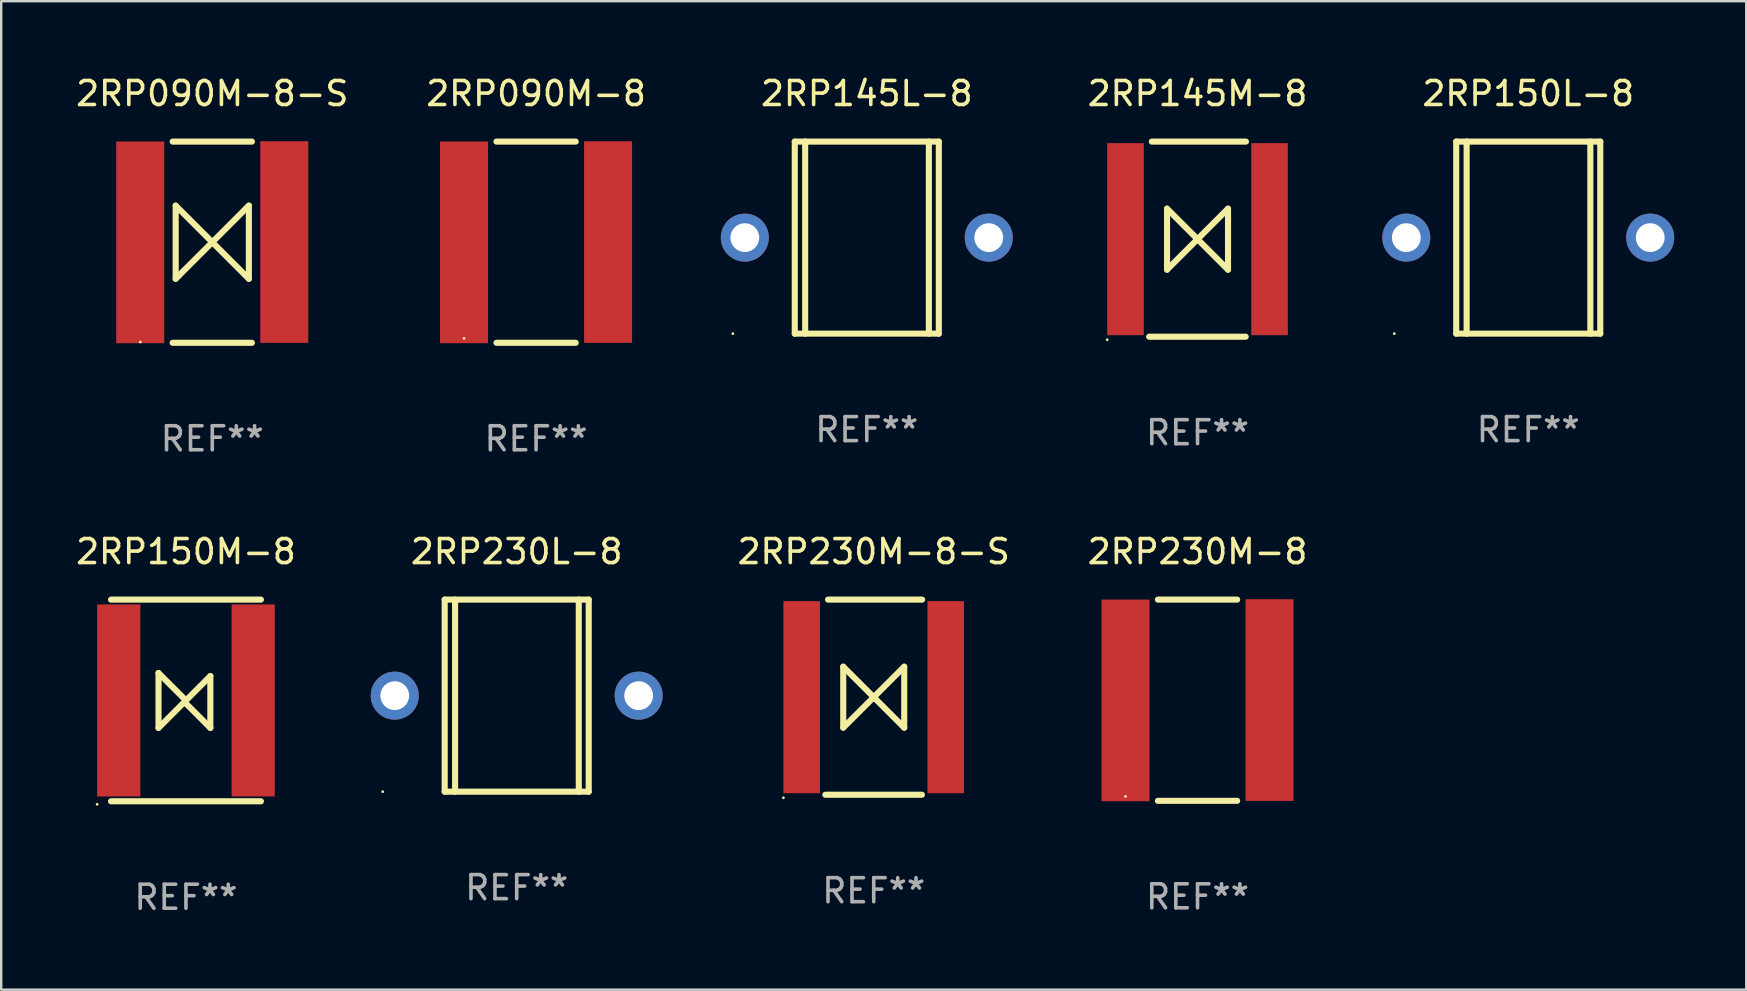
<source format=kicad_pcb>
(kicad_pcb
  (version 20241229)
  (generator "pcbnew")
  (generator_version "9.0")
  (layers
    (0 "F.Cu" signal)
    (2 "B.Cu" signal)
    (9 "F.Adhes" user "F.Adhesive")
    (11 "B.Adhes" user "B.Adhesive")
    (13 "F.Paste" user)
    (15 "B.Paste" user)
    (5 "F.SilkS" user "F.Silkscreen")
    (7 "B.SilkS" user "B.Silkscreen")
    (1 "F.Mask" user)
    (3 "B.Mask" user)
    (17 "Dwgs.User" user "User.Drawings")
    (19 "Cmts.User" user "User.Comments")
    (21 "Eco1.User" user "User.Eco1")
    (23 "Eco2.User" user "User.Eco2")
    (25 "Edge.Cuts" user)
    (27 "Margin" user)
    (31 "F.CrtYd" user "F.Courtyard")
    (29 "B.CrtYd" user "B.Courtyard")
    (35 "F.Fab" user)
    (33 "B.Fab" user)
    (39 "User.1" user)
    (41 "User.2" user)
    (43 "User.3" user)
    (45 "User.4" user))
  (footprint "2RP230M-8"
    (layer "F.Cu")
    (at 46.833 26.118)
    (property "Reference" "2RP230M-8" (at 0 -6.191 0) (layer "F.SilkS") (effects (font (size 1 1) (thickness 0.15))))
    (attr through_hole)
    (fp_line (start -1.651 -4.191) (end 1.651 -4.191) (stroke (width 0.254) (type solid)) (layer "F.SilkS"))
    (fp_line (start 1.651 4.191) (end -1.651 4.191) (stroke (width 0.254) (type solid)) (layer "F.SilkS"))
    (fp_circle (center -3 4.007) (end -2.97 4.007) (stroke (width 0.06) (type solid)) (fill no) (layer "F.SilkS"))
    (fp_text user "REF**" (at 0 8.191 0) (layer "F.Fab") (effects (font (size 1 1) (thickness 0.15))))
    (pad "1" smd rect (at -3 0.007) (size 2 8.4) (layers "F.Cu" "F.Mask" "F.Paste"))
    (pad "2" smd rect (at 3 -0.007) (size 2 8.4) (layers "F.Cu" "F.Mask" "F.Paste")))
  (footprint "2RP090M-8-S"
    (layer "F.Cu")
    (at 5.792 7.039)
    (property "Reference" "2RP090M-8-S" (at 0 -6.191 0) (layer "F.SilkS") (effects (font (size 1 1) (thickness 0.15))))
    (attr through_hole)
    (fp_line (start -1.651 -4.191) (end 1.651 -4.191) (stroke (width 0.254) (type solid)) (layer "F.SilkS"))
    (fp_line (start -1.524 -1.524) (end -1.524 1.524) (stroke (width 0.254) (type solid)) (layer "F.SilkS"))
    (fp_line (start -1.524 1.524) (end -1.397 1.397) (stroke (width 0.254) (type solid)) (layer "F.SilkS"))
    (fp_line (start -1.397 1.397) (end 0 0) (stroke (width 0.254) (type solid)) (layer "F.SilkS"))
    (fp_line (start 0 0) (end -1.524 -1.524) (stroke (width 0.254) (type solid)) (layer "F.SilkS"))
    (fp_line (start 0 0) (end 1.524 1.524) (stroke (width 0.254) (type solid)) (layer "F.SilkS"))
    (fp_line (start 1.397 -1.397) (end 0 0) (stroke (width 0.254) (type solid)) (layer "F.SilkS"))
    (fp_line (start 1.524 -1.524) (end 1.397 -1.397) (stroke (width 0.254) (type solid)) (layer "F.SilkS"))
    (fp_line (start 1.524 1.524) (end 1.524 -1.524) (stroke (width 0.254) (type solid)) (layer "F.SilkS"))
    (fp_line (start 1.651 4.191) (end -1.651 4.191) (stroke (width 0.254) (type solid)) (layer "F.SilkS"))
    (fp_circle (center -3 4.157) (end -2.97 4.157) (stroke (width 0.06) (type solid)) (fill no) (layer "F.SilkS"))
    (fp_text user "REF**" (at 0 8.191 0) (layer "F.Fab") (effects (font (size 1 1) (thickness 0.15))))
    (pad "1" smd rect (at -3 0.007) (size 2 8.4) (layers "F.Cu" "F.Mask" "F.Paste"))
    (pad "2" smd rect (at 3 -0.007) (size 2 8.4) (layers "F.Cu" "F.Mask" "F.Paste")))
  (footprint "2RP145M-8"
    (layer "F.Cu")
    (at 46.833 6.912)
    (property "Reference" "2RP145M-8" (at 0 -6.064 0) (layer "F.SilkS") (effects (font (size 1 1) (thickness 0.15))))
    (attr through_hole)
    (fp_line (start -2.016 4.064) (end 2.007 4.064) (stroke (width 0.254) (type solid)) (layer "F.SilkS"))
    (fp_line (start -1.905 -4.064) (end 2.016 -4.064) (stroke (width 0.254) (type solid)) (layer "F.SilkS"))
    (fp_line (start -1.27 -1.27) (end -1.27 1.27) (stroke (width 0.254) (type solid)) (layer "F.SilkS"))
    (fp_line (start -1.27 -1.27) (end 1.27 1.27) (stroke (width 0.254) (type solid)) (layer "F.SilkS"))
    (fp_line (start -1.27 1.27) (end 1.27 -1.27) (stroke (width 0.254) (type solid)) (layer "F.SilkS"))
    (fp_line (start 1.27 1.27) (end 1.27 -1.27) (stroke (width 0.254) (type solid)) (layer "F.SilkS"))
    (fp_circle (center -3.762 4.191) (end -3.732 4.191) (stroke (width 0.06) (type solid)) (fill no) (layer "F.SilkS"))
    (fp_text user "REF**" (at 0 8.064 0) (layer "F.Fab") (effects (font (size 1 1) (thickness 0.15))))
    (pad "1" smd rect (at -3 0) (size 1.524 8) (layers "F.Cu" "F.Mask" "F.Paste"))
    (pad "2" smd rect (at 3 0) (size 1.524 8) (layers "F.Cu" "F.Mask" "F.Paste")))
  (footprint "2RP230L-8"
    (layer "F.Cu")
    (at 18.473 25.927)
    (property "Reference" "2RP230L-8" (at 0 -6 0) (layer "F.SilkS") (effects (font (size 1 1) (thickness 0.15))))
    (attr through_hole)
    (fp_line (start -3 -4) (end -3 4) (stroke (width 0.254) (type solid)) (layer "F.SilkS"))
    (fp_line (start -3 -4) (end 3 -4) (stroke (width 0.254) (type solid)) (layer "F.SilkS"))
    (fp_line (start -3 4) (end 3 4) (stroke (width 0.254) (type solid)) (layer "F.SilkS"))
    (fp_line (start -2.567 -4) (end -2.567 4) (stroke (width 0.254) (type solid)) (layer "F.SilkS"))
    (fp_line (start 2.586 -4) (end 2.586 4) (stroke (width 0.254) (type solid)) (layer "F.SilkS"))
    (fp_line (start 3 -4) (end 3 4) (stroke (width 0.254) (type solid)) (layer "F.SilkS"))
    (fp_circle (center -5.58 4) (end -5.55 4) (stroke (width 0.06) (type solid)) (fill no) (layer "F.SilkS"))
    (fp_text user "REF**" (at 0 8 0) (layer "F.Fab") (effects (font (size 1 1) (thickness 0.15))))
    (pad "1" thru_hole circle (at -5.08 0) (size 2 2) (drill 1.2) (layers "*.Cu" "*.Mask"))
    (pad "2" thru_hole circle (at 5.08 0) (size 2 2) (drill 1.2) (layers "*.Cu" "*.Mask")))
  (footprint "2RP145L-8"
    (layer "F.Cu")
    (at 33.056 6.848)
    (property "Reference" "2RP145L-8" (at 0 -6 0) (layer "F.SilkS") (effects (font (size 1 1) (thickness 0.15))))
    (attr through_hole)
    (fp_line (start -3 -4) (end -3 4) (stroke (width 0.254) (type solid)) (layer "F.SilkS"))
    (fp_line (start -3 -4) (end 3 -4) (stroke (width 0.254) (type solid)) (layer "F.SilkS"))
    (fp_line (start -3 4) (end 3 4) (stroke (width 0.254) (type solid)) (layer "F.SilkS"))
    (fp_line (start -2.567 -4) (end -2.567 4) (stroke (width 0.254) (type solid)) (layer "F.SilkS"))
    (fp_line (start 2.586 -4) (end 2.586 4) (stroke (width 0.254) (type solid)) (layer "F.SilkS"))
    (fp_line (start 3 -4) (end 3 4) (stroke (width 0.254) (type solid)) (layer "F.SilkS"))
    (fp_circle (center -5.58 4) (end -5.55 4) (stroke (width 0.06) (type solid)) (fill no) (layer "F.SilkS"))
    (fp_text user "REF**" (at 0 8 0) (layer "F.Fab") (effects (font (size 1 1) (thickness 0.15))))
    (pad "1" thru_hole circle (at -5.08 0) (size 2 2) (drill 1.2) (layers "*.Cu" "*.Mask"))
    (pad "2" thru_hole circle (at 5.08 0) (size 2 2) (drill 1.2) (layers "*.Cu" "*.Mask")))
  (footprint "2RP090M-8"
    (layer "F.Cu")
    (at 19.28 7.039)
    (property "Reference" "2RP090M-8" (at 0 -6.191 0) (layer "F.SilkS") (effects (font (size 1 1) (thickness 0.15))))
    (attr through_hole)
    (fp_line (start -1.651 -4.191) (end 1.651 -4.191) (stroke (width 0.254) (type solid)) (layer "F.SilkS"))
    (fp_line (start 1.651 4.191) (end -1.651 4.191) (stroke (width 0.254) (type solid)) (layer "F.SilkS"))
    (fp_circle (center -3 4.007) (end -2.97 4.007) (stroke (width 0.06) (type solid)) (fill no) (layer "F.SilkS"))
    (fp_text user "REF**" (at 0 8.191 0) (layer "F.Fab") (effects (font (size 1 1) (thickness 0.15))))
    (pad "1" smd rect (at -3 0.007) (size 2 8.4) (layers "F.Cu" "F.Mask" "F.Paste"))
    (pad "2" smd rect (at 3 -0.007) (size 2 8.4) (layers "F.Cu" "F.Mask" "F.Paste")))
  (footprint "2RP150M-8"
    (layer "F.Cu")
    (at 4.696 26.127)
    (property "Reference" "2RP150M-8" (at 0 -6.2 0) (layer "F.SilkS") (effects (font (size 1 1) (thickness 0.15))))
    (attr through_hole)
    (fp_line (start -3.122 -4.2) (end 3.122 -4.2) (stroke (width 0.254) (type solid)) (layer "F.SilkS"))
    (fp_line (start -3.122 4.2) (end 3.122 4.2) (stroke (width 0.254) (type solid)) (layer "F.SilkS"))
    (fp_line (start -1.143 1.143) (end -1.143 -1.143) (stroke (width 0.254) (type solid)) (layer "F.SilkS"))
    (fp_line (start 0 0) (end -1.143 -1.143) (stroke (width 0.254) (type solid)) (layer "F.SilkS"))
    (fp_line (start 0 0) (end -1.143 1.143) (stroke (width 0.254) (type solid)) (layer "F.SilkS"))
    (fp_line (start 0 0) (end 0 0.127) (stroke (width 0.254) (type solid)) (layer "F.SilkS"))
    (fp_line (start 0 0) (end 1.016 -1.016) (stroke (width 0.254) (type solid)) (layer "F.SilkS"))
    (fp_line (start 0 0.127) (end 1.016 1.143) (stroke (width 0.254) (type solid)) (layer "F.SilkS"))
    (fp_line (start 1.016 1.143) (end 1.016 -1.016) (stroke (width 0.254) (type solid)) (layer "F.SilkS"))
    (fp_circle (center -3.7 4.327) (end -3.67 4.327) (stroke (width 0.06) (type solid)) (fill no) (layer "F.SilkS"))
    (fp_text user "REF**" (at 0 8.2 0) (layer "F.Fab") (effects (font (size 1 1) (thickness 0.15))))
    (pad "1" smd rect (at -2.8 0) (size 1.8 8) (layers "F.Cu" "F.Mask" "F.Paste"))
    (pad "2" smd rect (at 2.8 0) (size 1.8 8) (layers "F.Cu" "F.Mask" "F.Paste")))
  (footprint "2RP150L-8"
    (layer "F.Cu")
    (at 60.609 6.848)
    (property "Reference" "2RP150L-8" (at 0 -6 0) (layer "F.SilkS") (effects (font (size 1 1) (thickness 0.15))))
    (attr through_hole)
    (fp_line (start -3 -4) (end -3 4) (stroke (width 0.254) (type solid)) (layer "F.SilkS"))
    (fp_line (start -3 -4) (end 3 -4) (stroke (width 0.254) (type solid)) (layer "F.SilkS"))
    (fp_line (start -3 4) (end 3 4) (stroke (width 0.254) (type solid)) (layer "F.SilkS"))
    (fp_line (start -2.567 -4) (end -2.567 4) (stroke (width 0.254) (type solid)) (layer "F.SilkS"))
    (fp_line (start 2.586 -4) (end 2.586 4) (stroke (width 0.254) (type solid)) (layer "F.SilkS"))
    (fp_line (start 3 -4) (end 3 4) (stroke (width 0.254) (type solid)) (layer "F.SilkS"))
    (fp_circle (center -5.58 4) (end -5.55 4) (stroke (width 0.06) (type solid)) (fill no) (layer "F.SilkS"))
    (fp_text user "REF**" (at 0 8 0) (layer "F.Fab") (effects (font (size 1 1) (thickness 0.15))))
    (pad "1" thru_hole circle (at -5.08 0) (size 2 2) (drill 1.2) (layers "*.Cu" "*.Mask"))
    (pad "2" thru_hole circle (at 5.08 0) (size 2 2) (drill 1.2) (layers "*.Cu" "*.Mask")))
  (footprint "2RP230M-8-S"
    (layer "F.Cu")
    (at 33.345 25.991)
    (property "Reference" "2RP230M-8-S" (at 0 -6.064 0) (layer "F.SilkS") (effects (font (size 1 1) (thickness 0.15))))
    (attr through_hole)
    (fp_line (start -2.016 4.064) (end 2.007 4.064) (stroke (width 0.254) (type solid)) (layer "F.SilkS"))
    (fp_line (start -1.905 -4.064) (end 2.016 -4.064) (stroke (width 0.254) (type solid)) (layer "F.SilkS"))
    (fp_line (start -1.27 -1.27) (end -1.27 1.27) (stroke (width 0.254) (type solid)) (layer "F.SilkS"))
    (fp_line (start -1.27 -1.27) (end 1.27 1.27) (stroke (width 0.254) (type solid)) (layer "F.SilkS"))
    (fp_line (start -1.27 1.27) (end 1.27 -1.27) (stroke (width 0.254) (type solid)) (layer "F.SilkS"))
    (fp_line (start 1.27 1.27) (end 1.27 -1.27) (stroke (width 0.254) (type solid)) (layer "F.SilkS"))
    (fp_circle (center -3.762 4.191) (end -3.732 4.191) (stroke (width 0.06) (type solid)) (fill no) (layer "F.SilkS"))
    (fp_text user "REF**" (at 0 8.064 0) (layer "F.Fab") (effects (font (size 1 1) (thickness 0.15))))
    (pad "1" smd rect (at -3 0) (size 1.524 8) (layers "F.Cu" "F.Mask" "F.Paste"))
    (pad "2" smd rect (at 3 0) (size 1.524 8) (layers "F.Cu" "F.Mask" "F.Paste")))
  (gr_rect
    (start -3 -3)
    (end 69.689 38.175)
    (stroke (width 0.1) (type default))
    (fill no)
    (layer "Edge.Cuts")))
</source>
